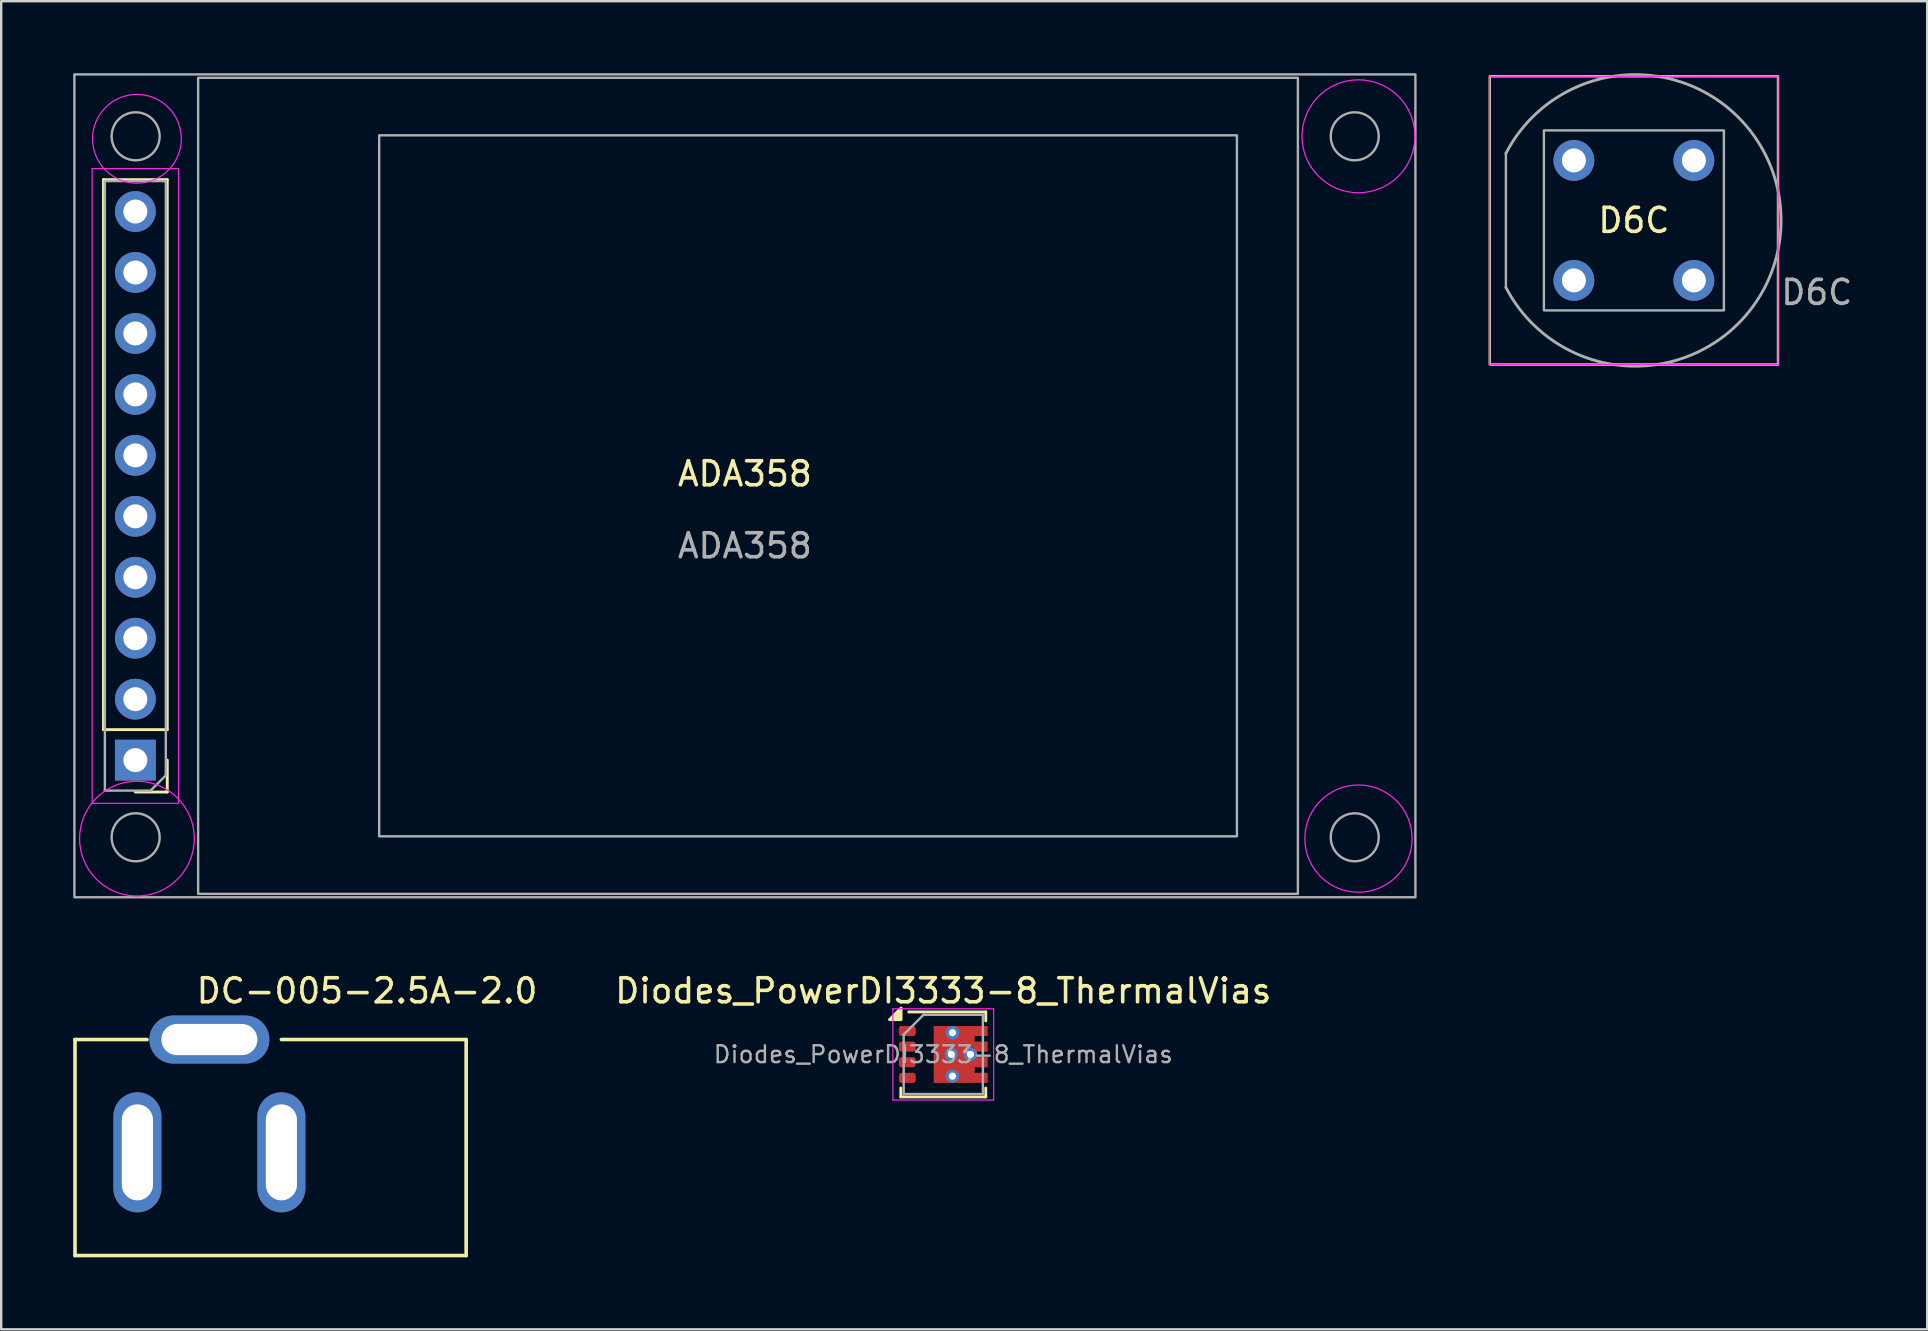
<source format=kicad_pcb>
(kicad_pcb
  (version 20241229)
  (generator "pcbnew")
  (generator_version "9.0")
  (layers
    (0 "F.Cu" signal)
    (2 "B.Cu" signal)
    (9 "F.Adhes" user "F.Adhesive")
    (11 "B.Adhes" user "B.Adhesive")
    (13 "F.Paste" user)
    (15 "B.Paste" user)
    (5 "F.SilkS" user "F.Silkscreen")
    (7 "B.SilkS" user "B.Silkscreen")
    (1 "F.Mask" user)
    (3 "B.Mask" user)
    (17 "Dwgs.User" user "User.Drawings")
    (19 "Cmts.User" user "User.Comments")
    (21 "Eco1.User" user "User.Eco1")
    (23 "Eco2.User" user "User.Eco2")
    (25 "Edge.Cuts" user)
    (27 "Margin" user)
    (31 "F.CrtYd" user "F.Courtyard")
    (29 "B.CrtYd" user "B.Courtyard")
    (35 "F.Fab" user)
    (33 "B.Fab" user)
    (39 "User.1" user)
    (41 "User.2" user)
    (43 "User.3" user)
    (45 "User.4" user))
  (footprint "DC-005-2.5A-2.0"
    (layer "F.Cu")
    (at 4.575 38.068)
    (property "Reference" "DC-005-2.5A-2.0" (at 7.67 0.17 0) (layer "F.SilkS") (effects (font (size 1 1) (thickness 0.15))))
    (attr through_hole)
    (fp_line (start -4.5 2.2) (end -1.5 2.2) (stroke (width 0.15) (type solid)) (layer "F.SilkS"))
    (fp_line (start -4.5 11.2) (end -4.5 2.2) (stroke (width 0.15) (type solid)) (layer "F.SilkS"))
    (fp_line (start 4.1 2.2) (end 11.8 2.2) (stroke (width 0.15) (type solid)) (layer "F.SilkS"))
    (fp_line (start 11.8 11.2) (end -4.5 11.2) (stroke (width 0.15) (type solid)) (layer "F.SilkS"))
    (fp_line (start 11.8 11.2) (end 11.8 2.2) (stroke (width 0.15) (type solid)) (layer "F.SilkS"))
    (pad "" thru_hole oval (at 1.1 2.2 90) (size 2 5) (drill oval 1.3 4) (layers "*.Cu" "*.Mask"))
    (pad "1" thru_hole oval (at -1.9 6.9) (size 2 5) (drill oval 1.3 4) (layers "*.Cu" "*.Mask"))
    (pad "2" thru_hole oval (at 4.1 6.9) (size 2 5) (drill oval 1.3 4) (layers "*.Cu" "*.Mask")))
  (footprint "Diodes_PowerDI3333-8_ThermalVias"
    (layer "F.Cu")
    (at 36.257 40.888)
    (property "Reference" "Diodes_PowerDI3333-8_ThermalVias" (at 0 -2.65 0) (layer "F.SilkS") (effects (font (size 1 1) (thickness 0.15))))
    (attr smd)
    (fp_line (start -1.77 1.77) (end -1.77 1.4) (stroke (width 0.12) (type solid)) (layer "F.SilkS"))
    (fp_line (start -1.77 1.77) (end 1.77 1.77) (stroke (width 0.12) (type solid)) (layer "F.SilkS"))
    (fp_line (start 1.77 -1.77) (end -1.44 -1.77) (stroke (width 0.12) (type solid)) (layer "F.SilkS"))
    (fp_line (start 1.77 -1.77) (end 1.77 -1.4) (stroke (width 0.12) (type solid)) (layer "F.SilkS"))
    (fp_line (start 1.77 1.77) (end 1.77 1.4) (stroke (width 0.12) (type solid)) (layer "F.SilkS"))
    (fp_poly (pts (xy -1.76 -1.45) (xy -2.24 -1.45) (xy -1.76 -1.93) (xy -1.76 -1.45)) (stroke (width 0.12) (type solid)) (fill yes) (layer "F.SilkS"))
    (fp_line (start -2.1 -1.9) (end -2.1 1.9) (stroke (width 0.05) (type solid)) (layer "F.CrtYd"))
    (fp_line (start -2.1 1.9) (end 2.1 1.9) (stroke (width 0.05) (type solid)) (layer "F.CrtYd"))
    (fp_line (start 2.1 -1.9) (end -2.1 -1.9) (stroke (width 0.05) (type solid)) (layer "F.CrtYd"))
    (fp_line (start 2.1 1.9) (end 2.1 -1.9) (stroke (width 0.05) (type solid)) (layer "F.CrtYd"))
    (fp_line (start -1.65 -0.825) (end -1.65 1.65) (stroke (width 0.1) (type solid)) (layer "F.Fab"))
    (fp_line (start -1.65 1.65) (end 1.65 1.65) (stroke (width 0.1) (type solid)) (layer "F.Fab"))
    (fp_line (start -0.825 -1.65) (end -1.65 -0.825) (stroke (width 0.1) (type solid)) (layer "F.Fab"))
    (fp_line (start 1.65 -1.65) (end -0.825 -1.65) (stroke (width 0.1) (type solid)) (layer "F.Fab"))
    (fp_line (start 1.65 1.65) (end 1.65 -1.65) (stroke (width 0.1) (type solid)) (layer "F.Fab"))
    (fp_text user "${REFERENCE}" (at 0 0 0) (layer "F.Fab") (effects (font (size 0.7 0.7) (thickness 0.1))))
    (pad "" smd roundrect (at 0 -0.565) (size 0.6 1) (layers "F.Paste") (roundrect_rratio 0.25))
    (pad "" smd roundrect (at 0 0.565) (size 0.6 1) (layers "F.Paste") (roundrect_rratio 0.25))
    (pad "" smd roundrect (at 0.73 -0.565) (size 0.6 1) (layers "F.Paste") (roundrect_rratio 0.25))
    (pad "" smd roundrect (at 0.73 0.565) (size 0.6 1) (layers "F.Paste") (roundrect_rratio 0.25))
    (pad "" smd roundrect (at 1.5 -0.975) (size 0.7 0.42) (layers "F.Paste") (roundrect_rratio 0.25))
    (pad "" smd roundrect (at 1.5 -0.325) (size 0.7 0.42) (layers "F.Paste") (roundrect_rratio 0.25))
    (pad "" smd roundrect (at 1.5 0.325) (size 0.7 0.42) (layers "F.Paste") (roundrect_rratio 0.25))
    (pad "" smd roundrect (at 1.5 0.975) (size 0.7 0.42) (layers "F.Paste") (roundrect_rratio 0.25))
    (pad "1" smd roundrect (at -1.5 -0.975) (size 0.7 0.42) (layers "F.Cu" "F.Mask" "F.Paste") (roundrect_rratio 0.25))
    (pad "2" smd roundrect (at -1.5 -0.325) (size 0.7 0.42) (layers "F.Cu" "F.Mask" "F.Paste") (roundrect_rratio 0.25))
    (pad "3" smd roundrect (at -1.5 0.325) (size 0.7 0.42) (layers "F.Cu" "F.Mask" "F.Paste") (roundrect_rratio 0.25))
    (pad "4" smd roundrect (at -1.5 0.975) (size 0.7 0.42) (layers "F.Cu" "F.Mask" "F.Paste") (roundrect_rratio 0.25))
    (pad "5" thru_hole circle (at 0.337 0) (size 0.56 0.56) (drill 0.3) (layers "*.Cu"))
    (pad "5" thru_hole circle (at 0.383 -0.906) (size 0.56 0.56) (drill 0.3) (layers "*.Cu"))
    (pad "5" thru_hole circle (at 0.383 0.906) (size 0.56 0.56) (drill 0.3) (layers "*.Cu"))
    (pad "5" smd custom (at 0.455 0) (size 1.71 2.37) (layers "F.Cu" "F.Mask") (options (anchor rect)) (primitives (gr_poly (pts (xy 1.395 1.185) (xy 0.855 1.185) (xy 0.855 0.765) (xy 1.395 0.765)) (width 0) (fill yes)) (gr_poly (pts (xy 1.395 0.535) (xy 0.855 0.535) (xy 0.855 0.115) (xy 1.395 0.115)) (width 0) (fill yes)) (gr_poly (pts (xy 1.395 -0.115) (xy 0.855 -0.115) (xy 0.855 -0.535) (xy 1.395 -0.535)) (width 0) (fill yes)) (gr_poly (pts (xy 1.395 -0.765) (xy 0.855 -0.765) (xy 0.855 -1.185) (xy 1.395 -1.185)) (width 0) (fill yes))))
    (pad "5" thru_hole circle (at 1.136 -0.001) (size 0.56 0.56) (drill 0.3) (layers "*.Cu")))
  (footprint "D6C"
    (layer "F.Cu")
    (at 65.035 6.134)
    (property "Reference" "D6C" (at 0 0 0) (unlocked yes) (layer "F.SilkS") (effects (font (size 1 1) (thickness 0.15))))
    (attr through_hole)
    (fp_rect (start -6.005 -6.005) (end 6.005 6.005) (stroke (width 0.1) (type solid)) (fill no) (layer "F.SilkS"))
    (fp_rect (start -6.005 -6.005) (end 6.005 6.005) (stroke (width 0.05) (type solid)) (fill no) (layer "F.CrtYd"))
    (fp_line (start -5.334 -2.794) (end -5.334 2.794) (stroke (width 0.1) (type solid)) (layer "F.Fab"))
    (fp_rect (start -3.75 -3.75) (end 3.75 3.75) (stroke (width 0.1) (type solid)) (fill no) (layer "F.Fab"))
    (fp_arc (start -5.334 -2.794) (mid 6.13284 0) (end -5.334 2.794) (stroke (width 0.12) (type solid)) (layer "F.Fab"))
    (fp_text user "${REFERENCE}" (at 7.62 3 0) (unlocked yes) (layer "F.Fab") (effects (font (size 1 1) (thickness 0.15))))
    (pad "1" thru_hole circle (at -2.5 -2.5) (size 1.7 1.7) (drill 1) (layers "*.Cu" "*.Mask"))
    (pad "1" thru_hole circle (at 2.5 -2.5) (size 1.7 1.7) (drill 1) (layers "*.Cu" "*.Mask"))
    (pad "2" thru_hole circle (at -2.5 2.5) (size 1.7 1.7) (drill 1) (layers "*.Cu" "*.Mask"))
    (pad "2" thru_hole circle (at 2.5 2.5) (size 1.7 1.7) (drill 1) (layers "*.Cu" "*.Mask")))
  (footprint "ADA358"
    (layer "F.Cu")
    (at 27.99 17.195)
    (property "Reference" "ADA358" (at 0 -0.5 0) (unlocked yes) (layer "F.SilkS") (effects (font (size 1 1) (thickness 0.15))))
    (attr through_hole)
    (fp_line (start -26.73 10.16) (end -26.73 -12.76) (stroke (width 0.12) (type solid)) (layer "F.SilkS"))
    (fp_line (start -24.07 -12.76) (end -26.73 -12.76) (stroke (width 0.12) (type solid)) (layer "F.SilkS"))
    (fp_line (start -24.07 10.16) (end -26.73 10.16) (stroke (width 0.12) (type solid)) (layer "F.SilkS"))
    (fp_line (start -24.07 10.16) (end -24.07 -12.76) (stroke (width 0.12) (type solid)) (layer "F.SilkS"))
    (fp_line (start -24.07 11.43) (end -24.07 12.76) (stroke (width 0.12) (type solid)) (layer "F.SilkS"))
    (fp_line (start -24.07 12.76) (end -25.4 12.76) (stroke (width 0.12) (type solid)) (layer "F.SilkS"))
    (fp_line (start -27.2 -13.22) (end -27.2 13.23) (stroke (width 0.05) (type solid)) (layer "F.CrtYd"))
    (fp_line (start -27.2 13.23) (end -23.6 13.23) (stroke (width 0.05) (type solid)) (layer "F.CrtYd"))
    (fp_line (start -23.6 -13.22) (end -27.2 -13.22) (stroke (width 0.05) (type solid)) (layer "F.CrtYd"))
    (fp_line (start -23.6 13.23) (end -23.6 -13.22) (stroke (width 0.05) (type solid)) (layer "F.CrtYd"))
    (fp_circle (center -25.334 -14.461) (end -26.589 -15.82) (stroke (width 0.05) (type solid)) (fill no) (layer "F.CrtYd"))
    (fp_circle (center -25.334 14.7) (end -27.41 15.885) (stroke (width 0.05) (type solid)) (fill no) (layer "F.CrtYd"))
    (fp_circle (center 25.568 -14.566) (end 25.858 -16.901) (stroke (width 0.05) (type solid)) (fill no) (layer "F.CrtYd"))
    (fp_circle (center 25.568 14.7) (end 25.707 12.47) (stroke (width 0.05) (type solid)) (fill no) (layer "F.CrtYd"))
    (fp_line (start -26.67 -12.7) (end -24.13 -12.7) (stroke (width 0.1) (type solid)) (layer "F.Fab"))
    (fp_line (start -26.67 12.7) (end -26.67 -12.7) (stroke (width 0.1) (type solid)) (layer "F.Fab"))
    (fp_line (start -24.765 12.7) (end -26.67 12.7) (stroke (width 0.1) (type solid)) (layer "F.Fab"))
    (fp_line (start -24.13 -12.7) (end -24.13 12.065) (stroke (width 0.1) (type solid)) (layer "F.Fab"))
    (fp_line (start -24.13 12.065) (end -24.765 12.7) (stroke (width 0.1) (type solid)) (layer "F.Fab"))
    (fp_rect (start -27.94 -17.145) (end 27.94 17.145) (stroke (width 0.1) (type solid)) (fill no) (layer "F.Fab"))
    (fp_rect (start -22.784 -17.002) (end 23.043 17.002) (stroke (width 0.1) (type solid)) (fill no) (layer "F.Fab"))
    (fp_rect (start -15.24 -14.605) (end 20.503 14.605) (stroke (width 0.1) (type solid)) (fill no) (layer "F.Fab"))
    (fp_circle (center -25.388 -14.565) (end -24.388 -14.565) (stroke (width 0.1) (type solid)) (fill no) (layer "F.Fab"))
    (fp_circle (center -25.388 14.645) (end -24.388 14.645) (stroke (width 0.1) (type solid)) (fill no) (layer "F.Fab"))
    (fp_circle (center 25.412 -14.565) (end 26.412 -14.565) (stroke (width 0.1) (type solid)) (fill no) (layer "F.Fab"))
    (fp_circle (center 25.412 14.645) (end 26.412 14.645) (stroke (width 0.1) (type solid)) (fill no) (layer "F.Fab"))
    (fp_text user "${REFERENCE}" (at 0 2.5 0) (unlocked yes) (layer "F.Fab") (effects (font (size 1 1) (thickness 0.15))))
    (pad "1" thru_hole rect (at -25.4 11.43 180) (size 1.7 1.7) (drill 1) (layers "*.Cu" "*.Mask"))
    (pad "2" thru_hole oval (at -25.4 8.89 180) (size 1.7 1.7) (drill 1) (layers "*.Cu" "*.Mask"))
    (pad "3" thru_hole oval (at -25.4 6.35 180) (size 1.7 1.7) (drill 1) (layers "*.Cu" "*.Mask"))
    (pad "4" thru_hole oval (at -25.4 3.81 180) (size 1.7 1.7) (drill 1) (layers "*.Cu" "*.Mask"))
    (pad "5" thru_hole oval (at -25.4 1.27 180) (size 1.7 1.7) (drill 1) (layers "*.Cu" "*.Mask"))
    (pad "6" thru_hole oval (at -25.4 -1.27 180) (size 1.7 1.7) (drill 1) (layers "*.Cu" "*.Mask"))
    (pad "7" thru_hole oval (at -25.4 -3.81 180) (size 1.7 1.7) (drill 1) (layers "*.Cu" "*.Mask"))
    (pad "8" thru_hole oval (at -25.4 -6.35 180) (size 1.7 1.7) (drill 1) (layers "*.Cu" "*.Mask"))
    (pad "9" thru_hole oval (at -25.4 -8.89 180) (size 1.7 1.7) (drill 1) (layers "*.Cu" "*.Mask"))
    (pad "10" thru_hole oval (at -25.4 -11.43 180) (size 1.7 1.7) (drill 1) (layers "*.Cu" "*.Mask")))
  (gr_rect
    (start -3 -3)
    (end 77.256 52.343)
    (stroke (width 0.1) (type default))
    (fill no)
    (layer "Edge.Cuts")))
</source>
